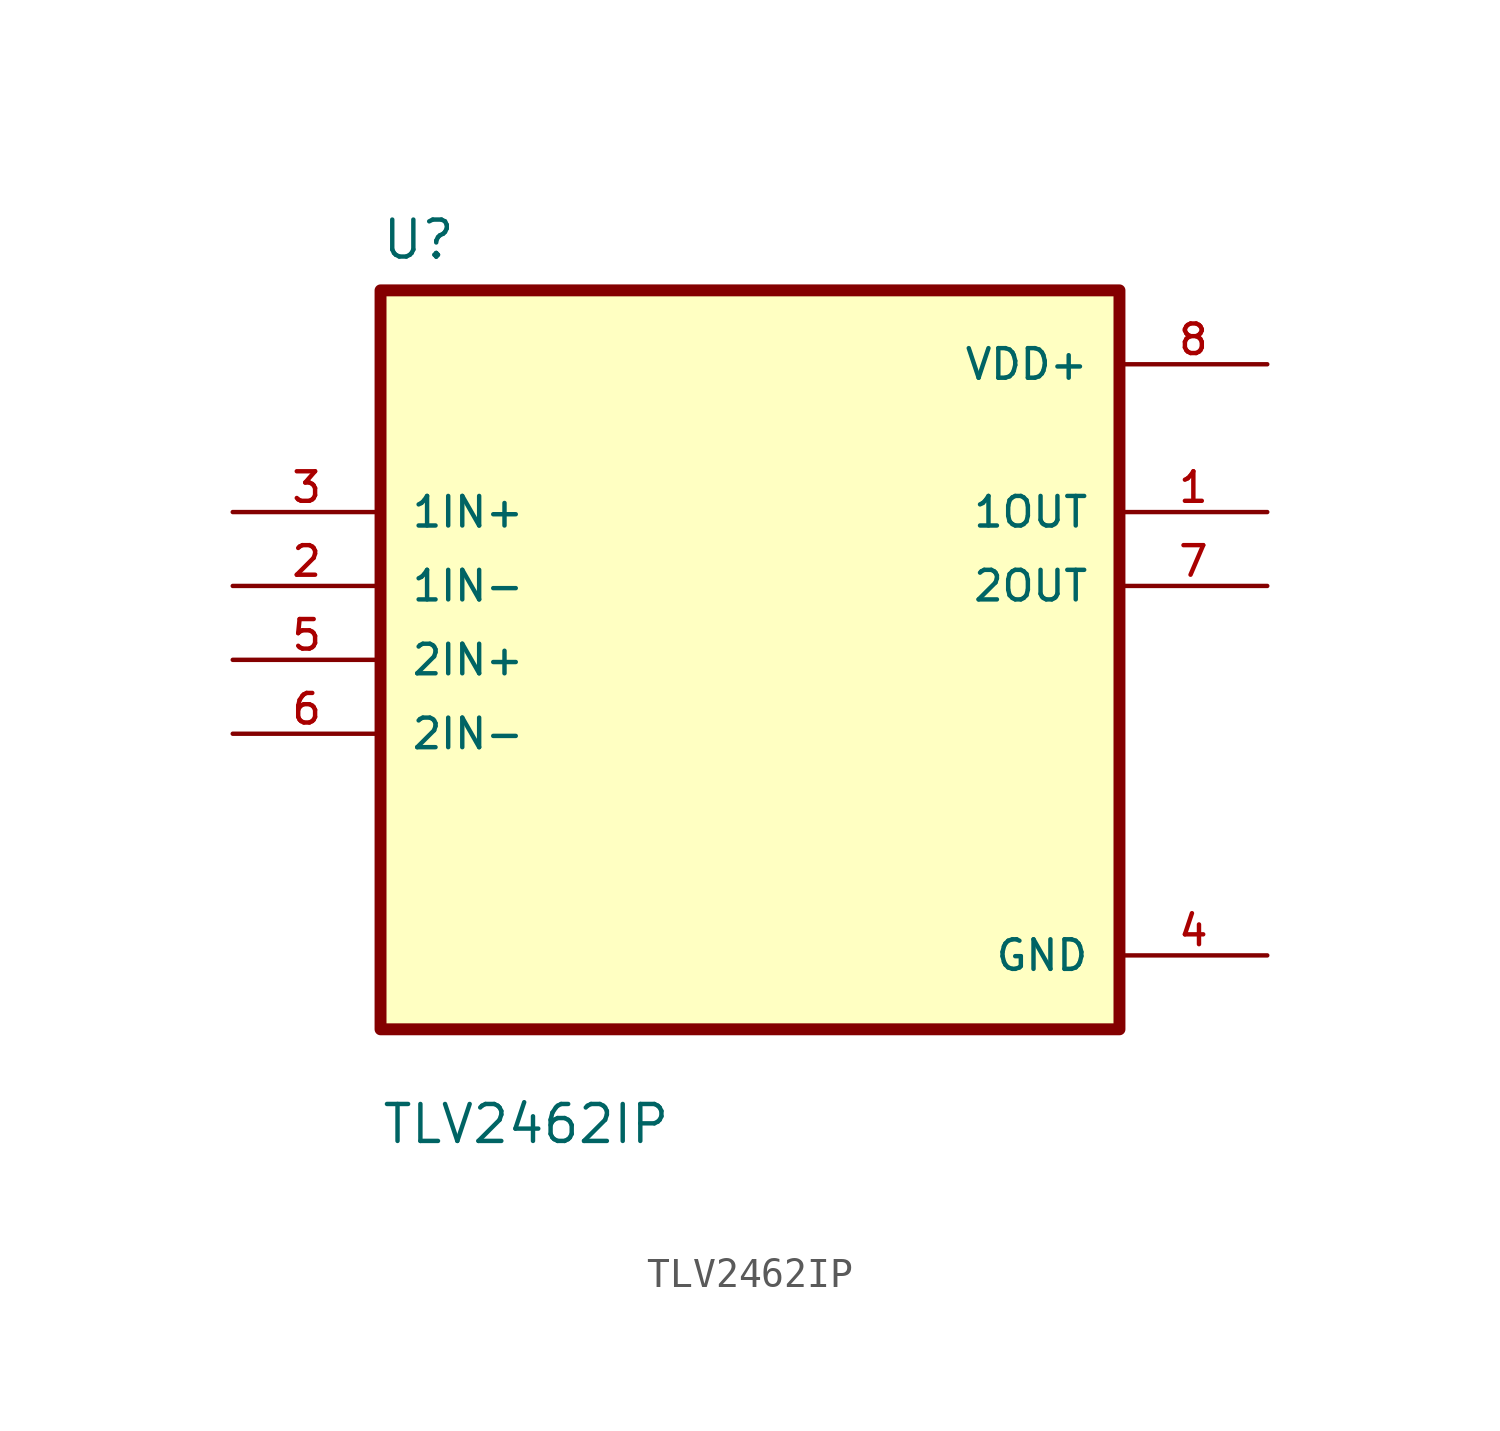
<source format=kicad_sym>
(kicad_symbol_lib
  (version 20211014)
  (generator kicad_symbol_editor)
  (symbol "TLV2462IP"
    (pin_names
      (offset 1.016))
    (property "Reference" "U"
      (at -12.7 13.7 0.0)
      (effects (font (size 1.27 1.27)) (justify bottom left)))
    (property "Value" "TLV2462IP"
      (at -12.7 -16.7 0.0)
      (effects (font (size 1.27 1.27)) (justify bottom left)))
    (symbol "TLV2462IP_0_0"
      (rectangle (start -12.7 -12.7) (end 12.7 12.7) (stroke (width 0.41)) (fill (type background)))
      (pin input line (at -17.78 5.08 0) (length 5.08) (name "1IN+" (effects (font (size 1.016 1.016)))) (number "3" (effects (font (size 1.016 1.016)))))
      (pin input line (at -17.78 2.54 0) (length 5.08) (name "1IN-" (effects (font (size 1.016 1.016)))) (number "2" (effects (font (size 1.016 1.016)))))
      (pin input line (at -17.78 -8.88178e-16 0) (length 5.08) (name "2IN+" (effects (font (size 1.016 1.016)))) (number "5" (effects (font (size 1.016 1.016)))))
      (pin input line (at -17.78 -2.54 0) (length 5.08) (name "2IN-" (effects (font (size 1.016 1.016)))) (number "6" (effects (font (size 1.016 1.016)))))
      (pin power_in line (at 17.78 10.16 180.0) (length 5.08) (name "VDD+" (effects (font (size 1.016 1.016)))) (number "8" (effects (font (size 1.016 1.016)))))
      (pin output line (at 17.78 5.08 180.0) (length 5.08) (name "1OUT" (effects (font (size 1.016 1.016)))) (number "1" (effects (font (size 1.016 1.016)))))
      (pin output line (at 17.78 2.54 180.0) (length 5.08) (name "2OUT" (effects (font (size 1.016 1.016)))) (number "7" (effects (font (size 1.016 1.016)))))
      (pin power_in line (at 17.78 -10.16 180.0) (length 5.08) (name "GND" (effects (font (size 1.016 1.016)))) (number "4" (effects (font (size 1.016 1.016))))))))
</source>
